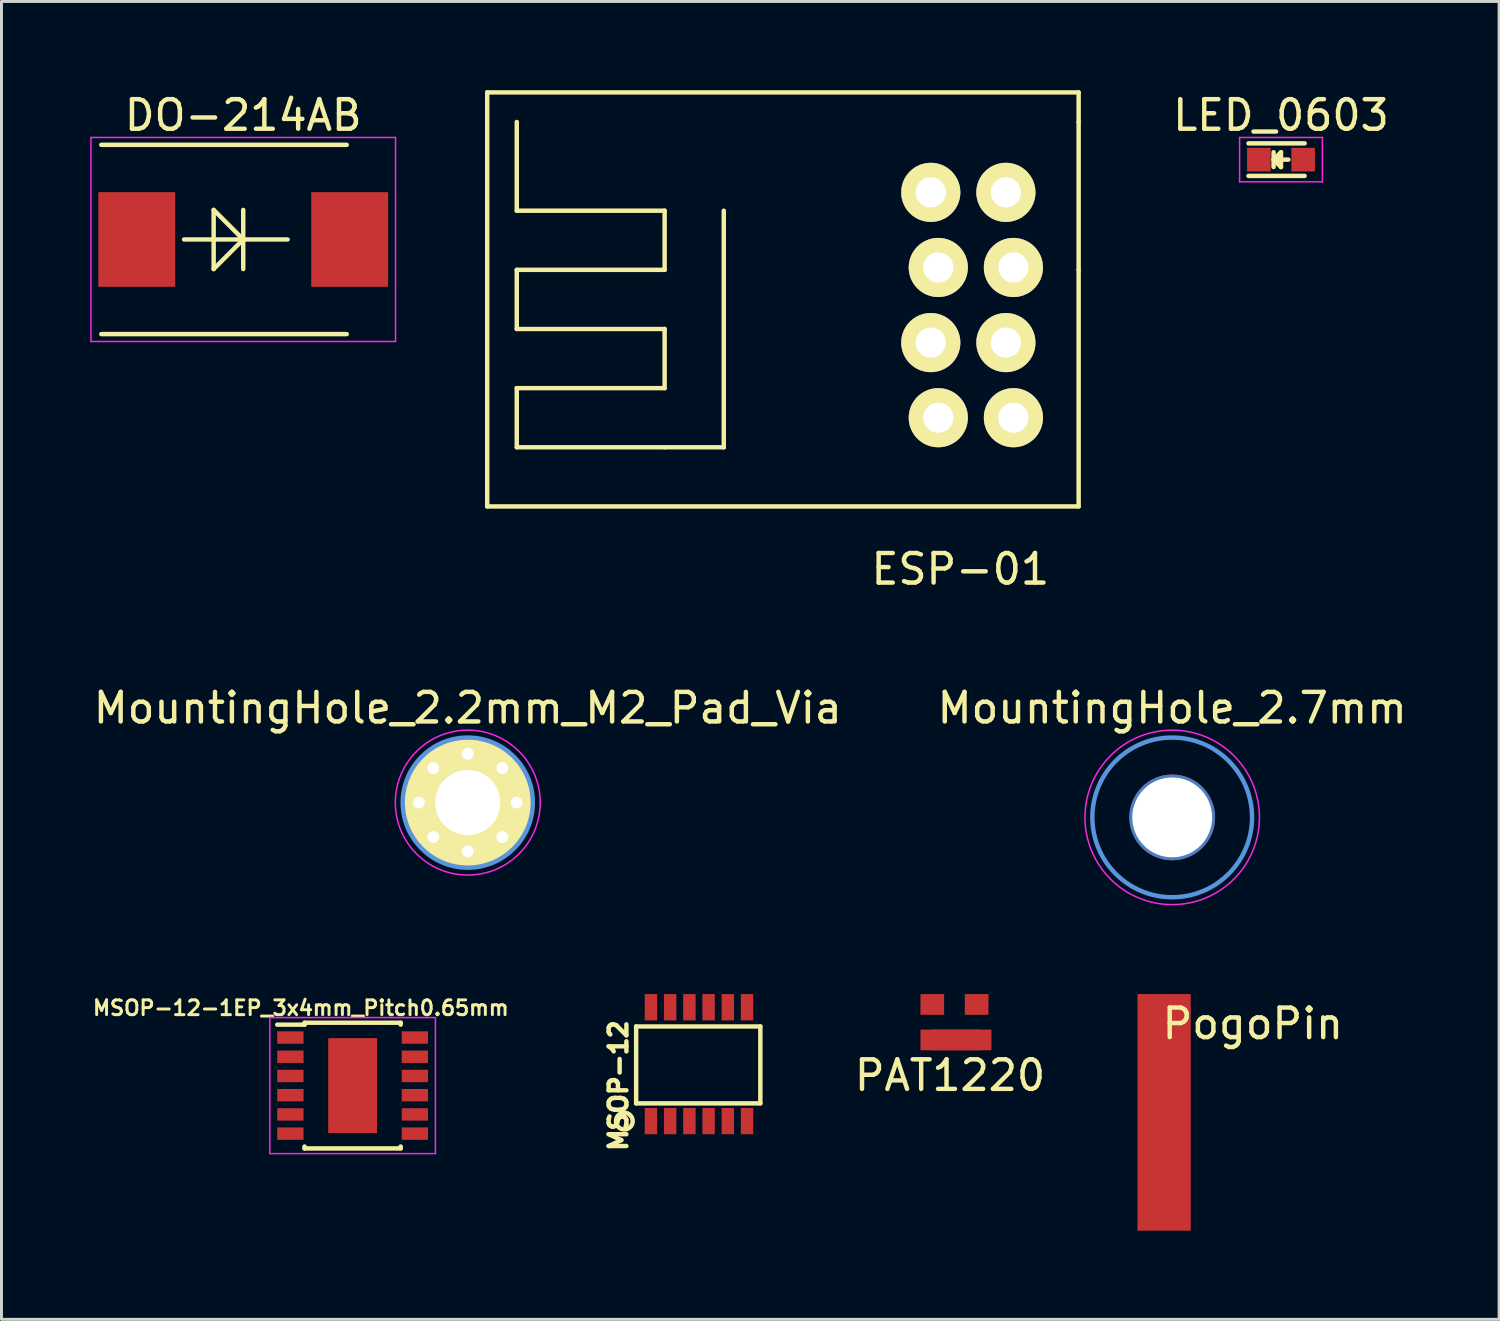
<source format=kicad_pcb>
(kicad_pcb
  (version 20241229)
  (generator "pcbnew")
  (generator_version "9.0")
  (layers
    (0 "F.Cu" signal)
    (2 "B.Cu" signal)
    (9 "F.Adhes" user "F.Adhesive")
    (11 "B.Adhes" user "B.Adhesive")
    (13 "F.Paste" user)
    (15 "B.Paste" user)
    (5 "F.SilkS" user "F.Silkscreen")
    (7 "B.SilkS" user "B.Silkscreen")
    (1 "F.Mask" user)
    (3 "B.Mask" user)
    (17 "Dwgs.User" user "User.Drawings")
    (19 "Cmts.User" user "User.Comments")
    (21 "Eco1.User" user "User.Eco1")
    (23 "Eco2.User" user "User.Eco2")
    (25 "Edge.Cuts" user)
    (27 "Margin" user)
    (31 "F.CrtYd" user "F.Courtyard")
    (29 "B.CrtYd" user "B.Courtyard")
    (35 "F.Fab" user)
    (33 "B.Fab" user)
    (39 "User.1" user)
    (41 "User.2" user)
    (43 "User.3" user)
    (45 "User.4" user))
  (footprint "MSOP-12"
    (layer "F.Cu")
    (at 20.262 34.861)
    (property "Reference" "MSOP-12" (at -2.4 -1.2 90) (layer "F.SilkS") (effects (font (size 0.6 0.6) (thickness 0.15))))
    (attr through_hole)
    (fp_line (start -1.8 -3.2) (end 2.4 -3.2) (stroke (width 0.15) (type solid)) (layer "F.SilkS"))
    (fp_line (start -1.8 -0.6) (end -1.8 -3.2) (stroke (width 0.15) (type solid)) (layer "F.SilkS"))
    (fp_line (start 2.4 -3.2) (end 2.4 -0.6) (stroke (width 0.15) (type solid)) (layer "F.SilkS"))
    (fp_line (start 2.4 -0.6) (end -1.8 -0.6) (stroke (width 0.15) (type solid)) (layer "F.SilkS"))
    (fp_circle (center -2.2 0) (end -2 0.2) (stroke (width 0.15) (type solid)) (fill no) (layer "F.SilkS"))
    (pad "1" smd rect (at -1.3 0) (size 0.42 0.889) (layers "F.Cu" "F.Mask" "F.Paste"))
    (pad "2" smd rect (at -0.65 0) (size 0.42 0.889) (layers "F.Cu" "F.Mask" "F.Paste"))
    (pad "3" smd rect (at 0 0) (size 0.42 0.889) (layers "F.Cu" "F.Mask" "F.Paste"))
    (pad "4" smd rect (at 0.65 0) (size 0.42 0.889) (layers "F.Cu" "F.Mask" "F.Paste"))
    (pad "5" smd rect (at 1.3 0) (size 0.42 0.889) (layers "F.Cu" "F.Mask" "F.Paste"))
    (pad "6" smd rect (at 1.95 0) (size 0.42 0.889) (layers "F.Cu" "F.Mask" "F.Paste"))
    (pad "7" smd rect (at 1.95 -3.85) (size 0.42 0.889) (layers "F.Cu" "F.Mask" "F.Paste"))
    (pad "8" smd rect (at 1.3 -3.85) (size 0.42 0.889) (layers "F.Cu" "F.Mask" "F.Paste"))
    (pad "9" smd rect (at 0.65 -3.85) (size 0.42 0.889) (layers "F.Cu" "F.Mask" "F.Paste"))
    (pad "10" smd rect (at 0 -3.85) (size 0.42 0.889) (layers "F.Cu" "F.Mask" "F.Paste"))
    (pad "11" smd rect (at -0.65 -3.85) (size 0.42 0.889) (layers "F.Cu" "F.Mask" "F.Paste"))
    (pad "12" smd rect (at -1.3 -3.85) (size 0.42 0.889) (layers "F.Cu" "F.Mask" "F.Paste")))
  (footprint "MountingHole_2.7mm"
    (layer "F.Cu")
    (at 36.589 24.591)
    (property "Reference" "MountingHole_2.7mm" (at 0 -3.7 0) (layer "F.SilkS") (effects (font (size 1 1) (thickness 0.15))))
    (attr through_hole)
    (fp_circle (center 0 0) (end 2.7 0) (stroke (width 0.15) (type solid)) (fill no) (layer "Cmts.User"))
    (fp_circle (center 0 0) (end 2.95 0) (stroke (width 0.05) (type solid)) (fill no) (layer "F.CrtYd"))
    (pad "GND" thru_hole circle (at 0 0) (size 2.9 2.9) (drill 2.7) (layers "*.Cu" "*.Mask")))
  (footprint "MSOP-12-1EP_3x4mm_Pitch0.65mm"
    (layer "F.Cu")
    (at 8.874 33.66)
    (property "Reference" "MSOP-12-1EP_3x4mm_Pitch0.65mm" (at -1.75 -2.625 0) (layer "F.SilkS") (effects (font (size 0.5 0.5) (thickness 0.1))))
    (attr smd)
    (fp_line (start -1.625 -2.125) (end -1.625 -2.06) (stroke (width 0.15) (type solid)) (layer "F.SilkS"))
    (fp_line (start -1.625 -2.125) (end 1.625 -2.125) (stroke (width 0.15) (type solid)) (layer "F.SilkS"))
    (fp_line (start -1.625 -2.06) (end -2.55 -2.06) (stroke (width 0.15) (type solid)) (layer "F.SilkS"))
    (fp_line (start -1.625 2.125) (end -1.625 2.06) (stroke (width 0.15) (type solid)) (layer "F.SilkS"))
    (fp_line (start -1.625 2.125) (end 1.625 2.125) (stroke (width 0.15) (type solid)) (layer "F.SilkS"))
    (fp_line (start 1.625 -2.125) (end 1.625 -2.06) (stroke (width 0.15) (type solid)) (layer "F.SilkS"))
    (fp_line (start 1.625 2.125) (end 1.625 2.06) (stroke (width 0.15) (type solid)) (layer "F.SilkS"))
    (fp_line (start -2.8 -2.3) (end -2.8 2.3) (stroke (width 0.05) (type solid)) (layer "F.CrtYd"))
    (fp_line (start -2.8 -2.3) (end 2.8 -2.3) (stroke (width 0.05) (type solid)) (layer "F.CrtYd"))
    (fp_line (start -2.8 2.3) (end 2.8 2.3) (stroke (width 0.05) (type solid)) (layer "F.CrtYd"))
    (fp_line (start 2.8 -2.3) (end 2.8 2.3) (stroke (width 0.05) (type solid)) (layer "F.CrtYd"))
    (pad "1" smd rect (at -2.105 -1.625) (size 0.89 0.42) (layers "F.Cu" "F.Mask" "F.Paste"))
    (pad "2" smd rect (at -2.105 -0.975) (size 0.89 0.42) (layers "F.Cu" "F.Mask" "F.Paste"))
    (pad "3" smd rect (at -2.105 -0.325) (size 0.89 0.42) (layers "F.Cu" "F.Mask" "F.Paste"))
    (pad "4" smd rect (at -2.105 0.325) (size 0.89 0.42) (layers "F.Cu" "F.Mask" "F.Paste"))
    (pad "5" smd rect (at -2.105 0.975) (size 0.89 0.42) (layers "F.Cu" "F.Mask" "F.Paste"))
    (pad "6" smd rect (at -2.105 1.625) (size 0.89 0.42) (layers "F.Cu" "F.Mask" "F.Paste"))
    (pad "7" smd rect (at 2.105 1.625) (size 0.89 0.42) (layers "F.Cu" "F.Mask" "F.Paste"))
    (pad "8" smd rect (at 2.105 0.975) (size 0.89 0.42) (layers "F.Cu" "F.Mask" "F.Paste"))
    (pad "9" smd rect (at 2.105 0.325) (size 0.89 0.42) (layers "F.Cu" "F.Mask" "F.Paste"))
    (pad "10" smd rect (at 2.105 -0.325) (size 0.89 0.42) (layers "F.Cu" "F.Mask" "F.Paste"))
    (pad "11" smd rect (at 2.105 -0.975) (size 0.89 0.42) (layers "F.Cu" "F.Mask" "F.Paste"))
    (pad "12" smd rect (at 2.105 -1.625) (size 0.89 0.42) (layers "F.Cu" "F.Mask" "F.Paste"))
    (pad "13" smd rect (at 0 0) (size 1.65 3.21) (layers "F.Cu" "F.Mask" "F.Paste")))
  (footprint "DO-214AB"
    (layer "F.Cu")
    (at 5.175 5.048)
    (property "Reference" "DO-214AB" (at 0 -4.2 0) (layer "F.SilkS") (effects (font (size 1 1) (thickness 0.15))))
    (attr smd)
    (fp_line (start -4.8 -3.2) (end 3.5 -3.2) (stroke (width 0.15) (type solid)) (layer "F.SilkS"))
    (fp_line (start -2 0) (end -1 0) (stroke (width 0.15) (type solid)) (layer "F.SilkS"))
    (fp_line (start -1 -1) (end 0 0) (stroke (width 0.15) (type solid)) (layer "F.SilkS"))
    (fp_line (start -1 0) (end 1.5 0) (stroke (width 0.15) (type solid)) (layer "F.SilkS"))
    (fp_line (start -1 1) (end -1 -1) (stroke (width 0.15) (type solid)) (layer "F.SilkS"))
    (fp_line (start 0 -1) (end 0 1) (stroke (width 0.15) (type solid)) (layer "F.SilkS"))
    (fp_line (start 0 0) (end -1 1) (stroke (width 0.15) (type solid)) (layer "F.SilkS"))
    (fp_line (start 3.5 3.2) (end -4.8 3.2) (stroke (width 0.15) (type solid)) (layer "F.SilkS"))
    (fp_line (start -5.15 -3.45) (end 5.15 -3.45) (stroke (width 0.05) (type solid)) (layer "F.CrtYd"))
    (fp_line (start -5.15 3.45) (end -5.15 -3.45) (stroke (width 0.05) (type solid)) (layer "F.CrtYd"))
    (fp_line (start 5.15 -3.45) (end 5.15 3.45) (stroke (width 0.05) (type solid)) (layer "F.CrtYd"))
    (fp_line (start 5.15 3.45) (end -5.15 3.45) (stroke (width 0.05) (type solid)) (layer "F.CrtYd"))
    (pad "A" smd rect (at -3.6 0) (size 2.6 3.2) (layers "F.Cu" "F.Mask" "F.Paste"))
    (pad "C" smd rect (at 3.6 0) (size 2.6 3.2) (layers "F.Cu" "F.Mask" "F.Paste")))
  (footprint "ESP-01"
    (layer "F.Cu")
    (at 28.425 11.075)
    (property "Reference" "ESP-01" (at 1 5.12 0) (layer "F.SilkS") (effects (font (size 1 1) (thickness 0.15))))
    (attr through_hole)
    (fp_line (start -15 3) (end -15 -11) (stroke (width 0.15) (type solid)) (layer "F.SilkS"))
    (fp_line (start -14 -10) (end -14 -7) (stroke (width 0.15) (type solid)) (layer "F.SilkS"))
    (fp_line (start -14 -7) (end -9 -7) (stroke (width 0.15) (type solid)) (layer "F.SilkS"))
    (fp_line (start -14 -5) (end -14 -3) (stroke (width 0.15) (type solid)) (layer "F.SilkS"))
    (fp_line (start -14 -3) (end -9 -3) (stroke (width 0.15) (type solid)) (layer "F.SilkS"))
    (fp_line (start -14 -1) (end -14 1) (stroke (width 0.15) (type solid)) (layer "F.SilkS"))
    (fp_line (start -14 1) (end -9 1) (stroke (width 0.15) (type solid)) (layer "F.SilkS"))
    (fp_line (start -9 -7) (end -9 -5) (stroke (width 0.15) (type solid)) (layer "F.SilkS"))
    (fp_line (start -9 -5) (end -14 -5) (stroke (width 0.15) (type solid)) (layer "F.SilkS"))
    (fp_line (start -9 -3) (end -9 -1) (stroke (width 0.15) (type solid)) (layer "F.SilkS"))
    (fp_line (start -9 -1) (end -14 -1) (stroke (width 0.15) (type solid)) (layer "F.SilkS"))
    (fp_line (start -9 1) (end -7 1) (stroke (width 0.15) (type solid)) (layer "F.SilkS"))
    (fp_line (start -7 1) (end -7 -7) (stroke (width 0.15) (type solid)) (layer "F.SilkS"))
    (fp_line (start 5 -11) (end -15 -11) (stroke (width 0.15) (type solid)) (layer "F.SilkS"))
    (fp_line (start 5 -10) (end 5 -11) (stroke (width 0.15) (type solid)) (layer "F.SilkS"))
    (fp_line (start 5 -5) (end 5 -10) (stroke (width 0.15) (type solid)) (layer "F.SilkS"))
    (fp_line (start 5 -5) (end 5 3) (stroke (width 0.15) (type solid)) (layer "F.SilkS"))
    (fp_line (start 5 3) (end -15 3) (stroke (width 0.15) (type solid)) (layer "F.SilkS"))
    (pad "1" thru_hole circle (at 0 -7.62) (size 2 2) (drill 1.02) (layers "*.Cu" "*.Mask" "F.SilkS"))
    (pad "2" thru_hole circle (at 0.254 -5.08) (size 2 2) (drill 1.02) (layers "*.Cu" "*.Mask" "F.SilkS"))
    (pad "3" thru_hole circle (at 0 -2.54) (size 2 2) (drill 1.02) (layers "*.Cu" "*.Mask" "F.SilkS"))
    (pad "4" thru_hole circle (at 0.254 0) (size 2 2) (drill 1.02) (layers "*.Cu" "*.Mask" "F.SilkS"))
    (pad "5" thru_hole circle (at 2.794 0 180) (size 2 2) (drill 1.02) (layers "*.Cu" "*.Mask" "F.SilkS"))
    (pad "6" thru_hole circle (at 2.54 -2.54 180) (size 2 2) (drill 1.02) (layers "*.Cu" "*.Mask" "F.SilkS"))
    (pad "7" thru_hole circle (at 2.794 -5.08 180) (size 2 2) (drill 1.02) (layers "*.Cu" "*.Mask" "F.SilkS"))
    (pad "8" thru_hole circle (at 2.54 -7.62 180) (size 2 2) (drill 1.02) (layers "*.Cu" "*.Mask" "F.SilkS")))
  (footprint "MountingHole_2.2mm_M2_Pad_Via"
    (layer "F.Cu")
    (at 12.768 24.091)
    (property "Reference" "MountingHole_2.2mm_M2_Pad_Via" (at 0 -3.2 0) (layer "F.SilkS") (effects (font (size 1 1) (thickness 0.15))))
    (attr through_hole)
    (fp_circle (center 0 0) (end 2.2 0) (stroke (width 0.15) (type solid)) (fill no) (layer "Cmts.User"))
    (fp_circle (center 0 0) (end 2.45 0) (stroke (width 0.05) (type solid)) (fill no) (layer "F.CrtYd"))
    (pad "1" thru_hole circle (at -1.65 0) (size 0.6 0.6) (drill 0.4) (layers "*.Cu" "*.Mask"))
    (pad "1" thru_hole circle (at -1.167 -1.167) (size 0.6 0.6) (drill 0.4) (layers "*.Cu" "*.Mask"))
    (pad "1" thru_hole circle (at -1.167 1.167) (size 0.6 0.6) (drill 0.4) (layers "*.Cu" "*.Mask"))
    (pad "1" thru_hole circle (at 0 -1.65) (size 0.6 0.6) (drill 0.4) (layers "*.Cu" "*.Mask"))
    (pad "1" thru_hole circle (at 0 0) (size 4.4 4.4) (drill 2.2) (layers "*.Cu" "*.Mask" "F.SilkS"))
    (pad "1" thru_hole circle (at 0 1.65) (size 0.6 0.6) (drill 0.4) (layers "*.Cu" "*.Mask"))
    (pad "1" thru_hole circle (at 1.167 -1.167) (size 0.6 0.6) (drill 0.4) (layers "*.Cu" "*.Mask"))
    (pad "1" thru_hole circle (at 1.167 1.167) (size 0.6 0.6) (drill 0.4) (layers "*.Cu" "*.Mask"))
    (pad "1" thru_hole circle (at 1.65 0) (size 0.6 0.6) (drill 0.4) (layers "*.Cu" "*.Mask")))
  (footprint "PAT1220"
    (layer "F.Cu")
    (at 28.476 30.916)
    (property "Reference" "PAT1220" (at 0.6 2.4 0) (layer "F.SilkS") (effects (font (size 1 1) (thickness 0.15))))
    (attr through_hole)
    (pad "1" smd rect (at 0 0) (size 0.8 0.7) (layers "F.Cu" "F.Mask" "F.Paste"))
    (pad "2" smd rect (at 1.5 0) (size 0.8 0.7) (layers "F.Cu" "F.Mask" "F.Paste"))
    (pad "3" smd rect (at 0.6 1.2) (size 2 0.7) (layers "F.Cu" "F.Mask" "F.Paste"))
    (pad "4" smd rect (at 1 1.2) (size 2 0.7) (layers "F.Cu" "F.Mask" "F.Paste")))
  (footprint "PogoPin"
    (layer "F.Cu")
    (at 36.315 34.566)
    (property "Reference" "PogoPin" (at 3 -3 0) (layer "F.SilkS") (effects (font (size 1 1) (thickness 0.15))))
    (attr through_hole)
    (pad "1" smd rect (at 0 0) (size 1.8 8) (layers "F.Cu" "F.Mask" "F.Paste")))
  (footprint "LED_0603"
    (layer "F.Cu")
    (at 40.268 2.348)
    (property "Reference" "LED_0603" (at 0 -1.5 0) (layer "F.SilkS") (effects (font (size 1 1) (thickness 0.15))))
    (attr smd)
    (fp_line (start -1.1 -0.55) (end 0.8 -0.55) (stroke (width 0.15) (type solid)) (layer "F.SilkS"))
    (fp_line (start -1.1 0.55) (end 0.8 0.55) (stroke (width 0.15) (type solid)) (layer "F.SilkS"))
    (fp_line (start -0.25 -0.25) (end -0.25 0.25) (stroke (width 0.15) (type solid)) (layer "F.SilkS"))
    (fp_line (start -0.25 0) (end 0 -0.25) (stroke (width 0.15) (type solid)) (layer "F.SilkS"))
    (fp_line (start -0.2 0) (end 0.25 0) (stroke (width 0.15) (type solid)) (layer "F.SilkS"))
    (fp_line (start 0 -0.25) (end 0 0.25) (stroke (width 0.15) (type solid)) (layer "F.SilkS"))
    (fp_line (start 0 0.25) (end -0.25 0) (stroke (width 0.15) (type solid)) (layer "F.SilkS"))
    (fp_line (start -1.4 -0.75) (end 1.4 -0.75) (stroke (width 0.05) (type solid)) (layer "F.CrtYd"))
    (fp_line (start -1.4 0.75) (end -1.4 -0.75) (stroke (width 0.05) (type solid)) (layer "F.CrtYd"))
    (fp_line (start 1.4 -0.75) (end 1.4 0.75) (stroke (width 0.05) (type solid)) (layer "F.CrtYd"))
    (fp_line (start 1.4 0.75) (end -1.4 0.75) (stroke (width 0.05) (type solid)) (layer "F.CrtYd"))
    (pad "A" smd rect (at 0.749 0 180) (size 0.798 0.798) (layers "F.Cu" "F.Mask" "F.Paste"))
    (pad "C" smd rect (at -0.749 0 180) (size 0.798 0.798) (layers "F.Cu" "F.Mask" "F.Paste")))
  (gr_rect
    (start -3 -3)
    (end 47.643 41.566)
    (stroke (width 0.1) (type default))
    (fill no)
    (layer "Edge.Cuts")))
</source>
